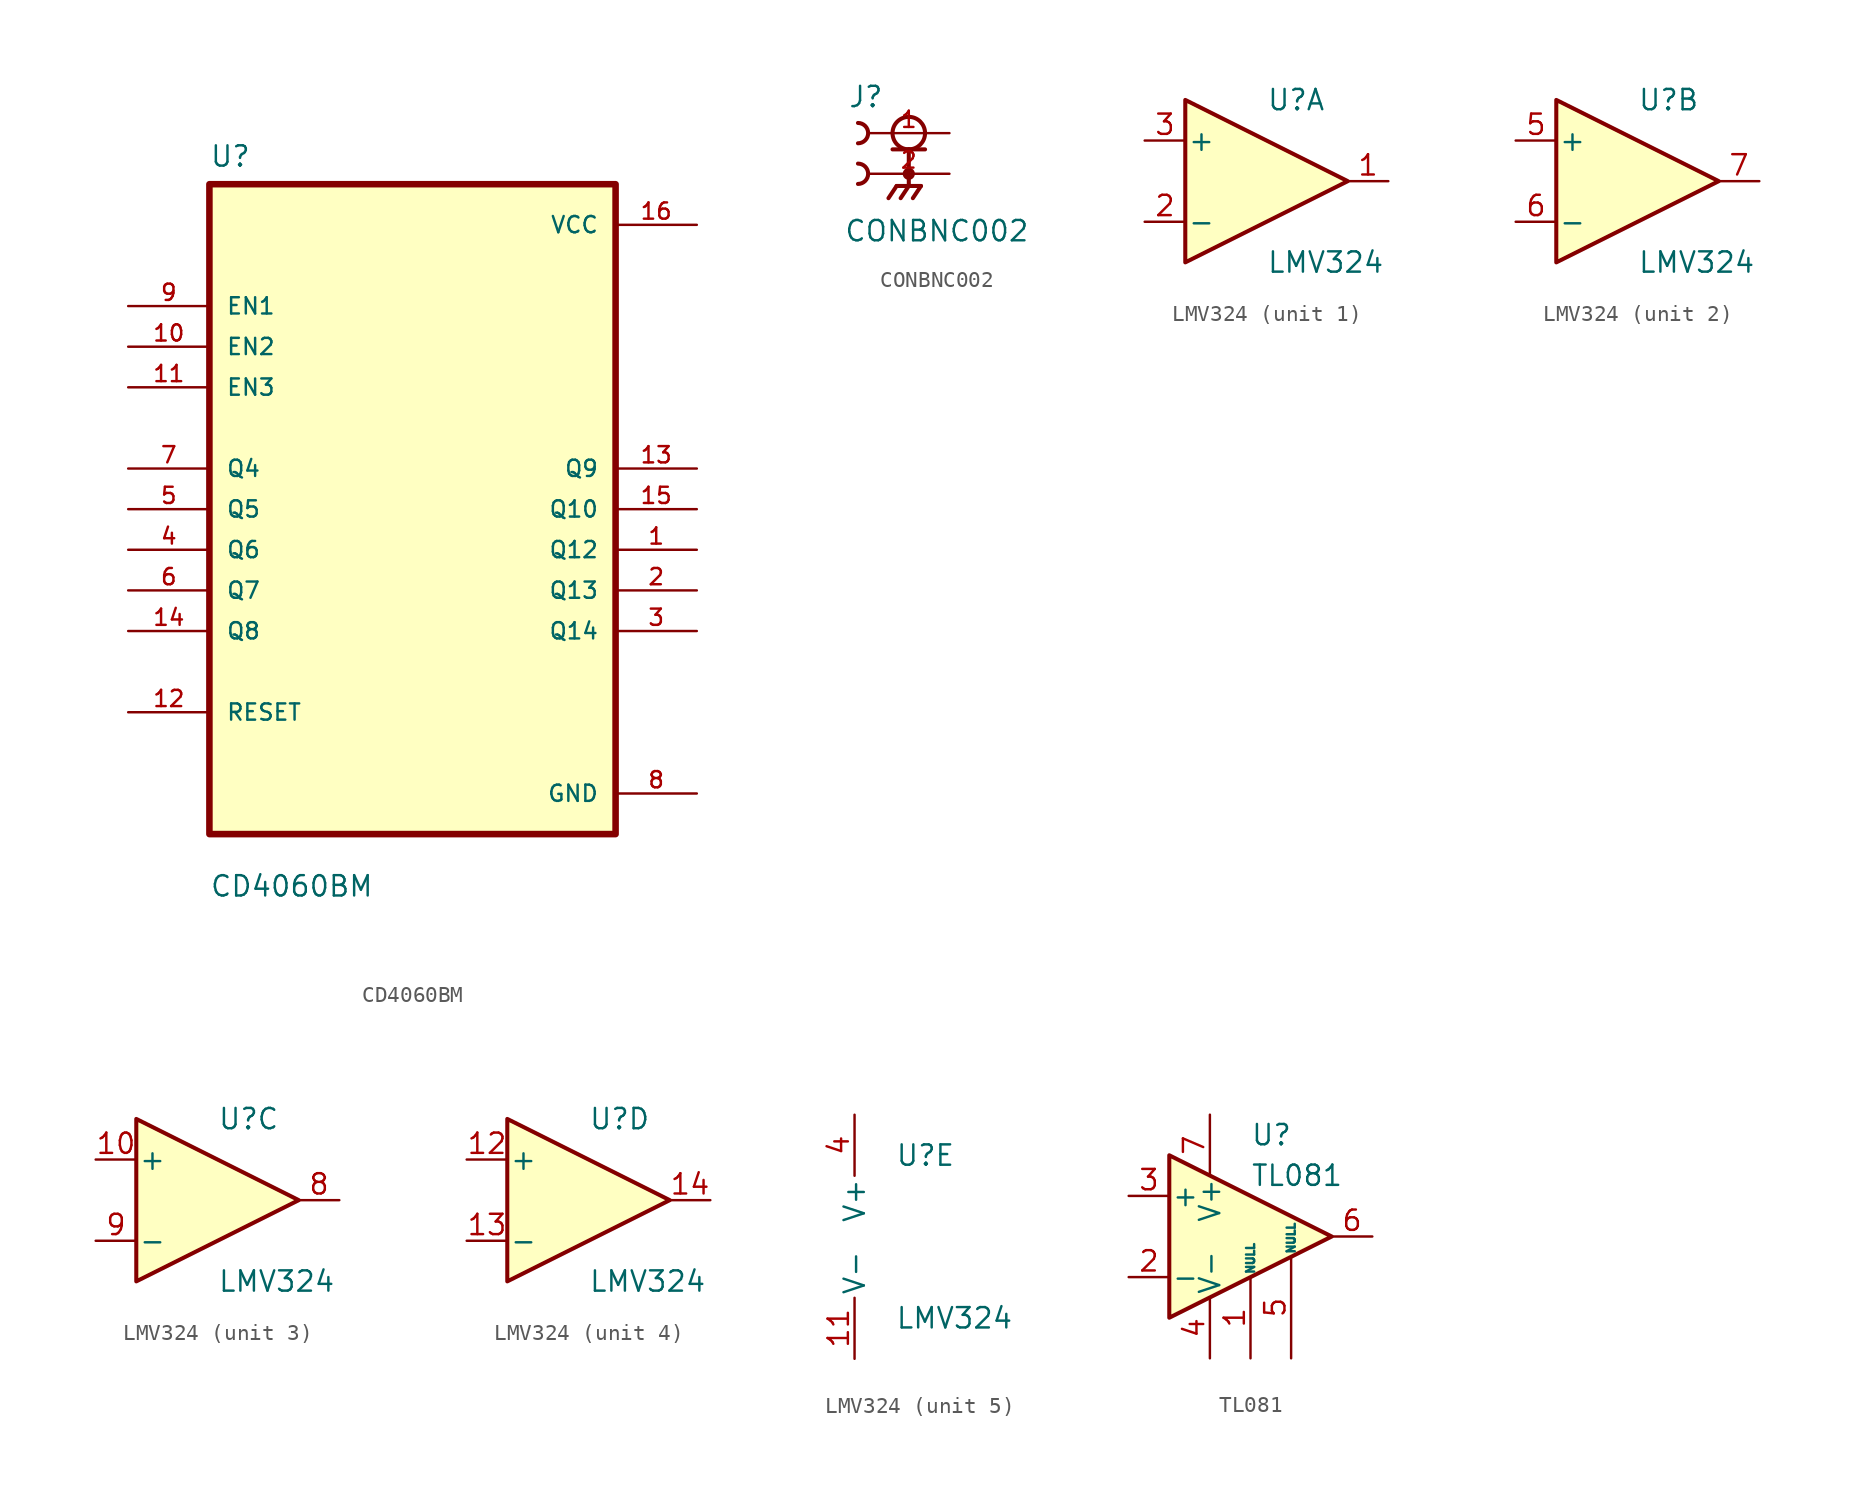
<source format=kicad_sym>
(kicad_symbol_lib
  (version 20241209)
  (generator "kicad_symbol_editor")
  (generator_version "9.0")
  (symbol "CD4060BM"
    (pin_names
      (offset 1.016))
    (property "Reference" "U"
      (at -12.7 21.32 0)
      (effects (font (size 1.27 1.27)) (justify left bottom)))
    (property "Value" "CD4060BM"
      (at -12.7 -24.32 0)
      (effects (font (size 1.27 1.27)) (justify left bottom)))
    (symbol "CD4060BM_0_0"
      (rectangle (start -12.7 -20.32) (end 12.7 20.32) (stroke (width 0.41) (type default)) (fill (type background)))
      (pin bidirectional line (at -17.78 12.7 0) (length 5.08) (name "EN1" (effects (font (size 1.016 1.016)))) (number "9" (effects (font (size 1.016 1.016)))))
      (pin bidirectional line (at -17.78 10.16 0) (length 5.08) (name "EN2" (effects (font (size 1.016 1.016)))) (number "10" (effects (font (size 1.016 1.016)))))
      (pin bidirectional line (at -17.78 7.62 0) (length 5.08) (name "EN3" (effects (font (size 1.016 1.016)))) (number "11" (effects (font (size 1.016 1.016)))))
      (pin bidirectional line (at -17.78 2.54 0) (length 5.08) (name "Q4" (effects (font (size 1.016 1.016)))) (number "7" (effects (font (size 1.016 1.016)))))
      (pin bidirectional line (at -17.78 0 0) (length 5.08) (name "Q5" (effects (font (size 1.016 1.016)))) (number "5" (effects (font (size 1.016 1.016)))))
      (pin bidirectional line (at -17.78 -2.54 0) (length 5.08) (name "Q6" (effects (font (size 1.016 1.016)))) (number "4" (effects (font (size 1.016 1.016)))))
      (pin bidirectional line (at -17.78 -5.08 0) (length 5.08) (name "Q7" (effects (font (size 1.016 1.016)))) (number "6" (effects (font (size 1.016 1.016)))))
      (pin bidirectional line (at -17.78 -7.62 0) (length 5.08) (name "Q8" (effects (font (size 1.016 1.016)))) (number "14" (effects (font (size 1.016 1.016)))))
      (pin bidirectional line (at -17.78 -12.7 0) (length 5.08) (name "RESET" (effects (font (size 1.016 1.016)))) (number "12" (effects (font (size 1.016 1.016)))))
      (pin power_in line (at 17.78 17.78 180) (length 5.08) (name "VCC" (effects (font (size 1.016 1.016)))) (number "16" (effects (font (size 1.016 1.016)))))
      (pin bidirectional line (at 17.78 2.54 180) (length 5.08) (name "Q9" (effects (font (size 1.016 1.016)))) (number "13" (effects (font (size 1.016 1.016)))))
      (pin bidirectional line (at 17.78 0 180) (length 5.08) (name "Q10" (effects (font (size 1.016 1.016)))) (number "15" (effects (font (size 1.016 1.016)))))
      (pin bidirectional line (at 17.78 -2.54 180) (length 5.08) (name "Q12" (effects (font (size 1.016 1.016)))) (number "1" (effects (font (size 1.016 1.016)))))
      (pin bidirectional line (at 17.78 -5.08 180) (length 5.08) (name "Q13" (effects (font (size 1.016 1.016)))) (number "2" (effects (font (size 1.016 1.016)))))
      (pin bidirectional line (at 17.78 -7.62 180) (length 5.08) (name "Q14" (effects (font (size 1.016 1.016)))) (number "3" (effects (font (size 1.016 1.016)))))
      (pin power_in line (at 17.78 -17.78 180) (length 5.08) (name "GND" (effects (font (size 1.016 1.016)))) (number "8" (effects (font (size 1.016 1.016)))))))
  (symbol "CONBNC002"
    (pin_names
      (offset 1.016))
    (property "Reference" "J"
      (at -3.81 1.524 0)
      (effects (font (size 1.27 1.27)) (justify left bottom)))
    (property "Value" "CONBNC002"
      (at -4.064 -6.858 0)
      (effects (font (size 1.27 1.27)) (justify left bottom)))
    (symbol "CONBNC002_0_0"
      (arc (start -3.175 0.635) (mid -2.5427 0) (end -3.175 -0.635) (stroke (width 0.254) (type default)) (fill (type none)))
      (arc (start -3.175 -1.905) (mid -2.5427 -2.54) (end -3.175 -3.175) (stroke (width 0.254) (type default)) (fill (type none)))
      (polyline (pts (xy -1.016 -1.016) (xy 0 -1.016)) (stroke (width 0.254) (type default)) (fill (type none)))
      (polyline (pts (xy -0.762 -3.302) (xy -1.27 -4.064)) (stroke (width 0.254) (type default)) (fill (type none)))
      (circle (center 0 0) (radius 1.016) (stroke (width 0.254) (type default)) (fill (type none)))
      (polyline (pts (xy 0 -1.016) (xy 0 -3.302)) (stroke (width 0.254) (type default)) (fill (type none)))
      (polyline (pts (xy 0 -1.016) (xy 1.016 -1.016)) (stroke (width 0.254) (type default)) (fill (type none)))
      (circle (center 0 -2.54) (radius 0.254) (stroke (width 0.254) (type default)) (fill (type none)))
      (polyline (pts (xy 0 -3.302) (xy -0.762 -3.302)) (stroke (width 0.254) (type default)) (fill (type none)))
      (polyline (pts (xy 0 -3.302) (xy -0.508 -4.064)) (stroke (width 0.254) (type default)) (fill (type none)))
      (polyline (pts (xy 0 -3.302) (xy 0.762 -3.302)) (stroke (width 0.254) (type default)) (fill (type none)))
      (polyline (pts (xy 0.762 -3.302) (xy 0.254 -4.064)) (stroke (width 0.254) (type default)) (fill (type none)))
      (pin passive line (at 2.54 0 180) (length 5.08) (name "~" (effects (font (size 1.016 1.016)))) (number "1" (effects (font (size 1.016 1.016)))))
      (pin passive line (at 2.54 -2.54 180) (length 5.08) (name "~" (effects (font (size 1.016 1.016)))) (number "2" (effects (font (size 1.016 1.016)))))
      (pin passive line (at 2.54 -2.54 180) (length 5.08) (hide yes) (name "~" (effects (font (size 1.016 1.016)))) (number "S1" (effects (font (size 1.016 1.016)))))
      (pin passive line (at 2.54 -2.54 180) (length 5.08) (hide yes) (name "~" (effects (font (size 1.016 1.016)))) (number "S2" (effects (font (size 1.016 1.016)))))))
  (symbol "LMV324"
    (pin_names
      (offset 0.127))
    (property "Reference" "U"
      (at 0 5.08 0)
      (effects (font (size 1.27 1.27)) (justify left)))
    (property "Value" "LMV324"
      (at 0 -5.08 0)
      (effects (font (size 1.27 1.27)) (justify left)))
    (property "ki_locked" ""
      (at 0 0 0)
      (effects (font (size 1.27 1.27))))
    (symbol "LMV324_1_1"
      (polyline (pts (xy -5.08 5.08) (xy 5.08 0) (xy -5.08 -5.08) (xy -5.08 5.08)) (stroke (width 0.254) (type default)) (fill (type background)))
      (pin input line (at -7.62 2.54 0) (length 2.54) (name "+" (effects (font (size 1.27 1.27)))) (number "3" (effects (font (size 1.27 1.27)))))
      (pin input line (at -7.62 -2.54 0) (length 2.54) (name "-" (effects (font (size 1.27 1.27)))) (number "2" (effects (font (size 1.27 1.27)))))
      (pin output line (at 7.62 0 180) (length 2.54) (name "~" (effects (font (size 1.27 1.27)))) (number "1" (effects (font (size 1.27 1.27))))))
    (symbol "LMV324_2_1"
      (polyline (pts (xy -5.08 5.08) (xy 5.08 0) (xy -5.08 -5.08) (xy -5.08 5.08)) (stroke (width 0.254) (type default)) (fill (type background)))
      (pin input line (at -7.62 2.54 0) (length 2.54) (name "+" (effects (font (size 1.27 1.27)))) (number "5" (effects (font (size 1.27 1.27)))))
      (pin input line (at -7.62 -2.54 0) (length 2.54) (name "-" (effects (font (size 1.27 1.27)))) (number "6" (effects (font (size 1.27 1.27)))))
      (pin output line (at 7.62 0 180) (length 2.54) (name "~" (effects (font (size 1.27 1.27)))) (number "7" (effects (font (size 1.27 1.27))))))
    (symbol "LMV324_3_1"
      (polyline (pts (xy -5.08 5.08) (xy 5.08 0) (xy -5.08 -5.08) (xy -5.08 5.08)) (stroke (width 0.254) (type default)) (fill (type background)))
      (pin input line (at -7.62 2.54 0) (length 2.54) (name "+" (effects (font (size 1.27 1.27)))) (number "10" (effects (font (size 1.27 1.27)))))
      (pin input line (at -7.62 -2.54 0) (length 2.54) (name "-" (effects (font (size 1.27 1.27)))) (number "9" (effects (font (size 1.27 1.27)))))
      (pin output line (at 7.62 0 180) (length 2.54) (name "~" (effects (font (size 1.27 1.27)))) (number "8" (effects (font (size 1.27 1.27))))))
    (symbol "LMV324_4_1"
      (polyline (pts (xy -5.08 5.08) (xy 5.08 0) (xy -5.08 -5.08) (xy -5.08 5.08)) (stroke (width 0.254) (type default)) (fill (type background)))
      (pin input line (at -7.62 2.54 0) (length 2.54) (name "+" (effects (font (size 1.27 1.27)))) (number "12" (effects (font (size 1.27 1.27)))))
      (pin input line (at -7.62 -2.54 0) (length 2.54) (name "-" (effects (font (size 1.27 1.27)))) (number "13" (effects (font (size 1.27 1.27)))))
      (pin output line (at 7.62 0 180) (length 2.54) (name "~" (effects (font (size 1.27 1.27)))) (number "14" (effects (font (size 1.27 1.27))))))
    (symbol "LMV324_5_1"
      (pin power_in line (at -2.54 7.62 270) (length 3.81) (name "V+" (effects (font (size 1.27 1.27)))) (number "4" (effects (font (size 1.27 1.27)))))
      (pin power_in line (at -2.54 -7.62 90) (length 3.81) (name "V-" (effects (font (size 1.27 1.27)))) (number "11" (effects (font (size 1.27 1.27)))))))
  (symbol "TL081"
    (pin_names
      (offset 0.127))
    (property "Reference" "U"
      (at 0 6.35 0)
      (effects (font (size 1.27 1.27)) (justify left)))
    (property "Value" "TL081"
      (at 0 3.81 0)
      (effects (font (size 1.27 1.27)) (justify left)))
    (symbol "TL081_0_1"
      (polyline (pts (xy -5.08 5.08) (xy 5.08 0) (xy -5.08 -5.08) (xy -5.08 5.08)) (stroke (width 0.254) (type default)) (fill (type background))))
    (symbol "TL081_1_1"
      (pin input line (at -7.62 2.54 0) (length 2.54) (name "+" (effects (font (size 1.27 1.27)))) (number "3" (effects (font (size 1.27 1.27)))))
      (pin input line (at -7.62 -2.54 0) (length 2.54) (name "-" (effects (font (size 1.27 1.27)))) (number "2" (effects (font (size 1.27 1.27)))))
      (pin power_in line (at -2.54 7.62 270) (length 3.81) (name "V+" (effects (font (size 1.27 1.27)))) (number "7" (effects (font (size 1.27 1.27)))))
      (pin power_in line (at -2.54 -7.62 90) (length 3.81) (name "V-" (effects (font (size 1.27 1.27)))) (number "4" (effects (font (size 1.27 1.27)))))
      (pin no_connect line (at 0 2.54 270) (length 2.54) (hide yes) (name "NC" (effects (font (size 1.27 1.27)))) (number "8" (effects (font (size 1.27 1.27)))))
      (pin input line (at 0 -7.62 90) (length 5.08) (name "NULL" (effects (font (size 0.508 0.508)))) (number "1" (effects (font (size 1.27 1.27)))))
      (pin input line (at 2.54 -7.62 90) (length 6.35) (name "NULL" (effects (font (size 0.508 0.508)))) (number "5" (effects (font (size 1.27 1.27)))))
      (pin output line (at 7.62 0 180) (length 2.54) (name "~" (effects (font (size 1.27 1.27)))) (number "6" (effects (font (size 1.27 1.27))))))))
</source>
